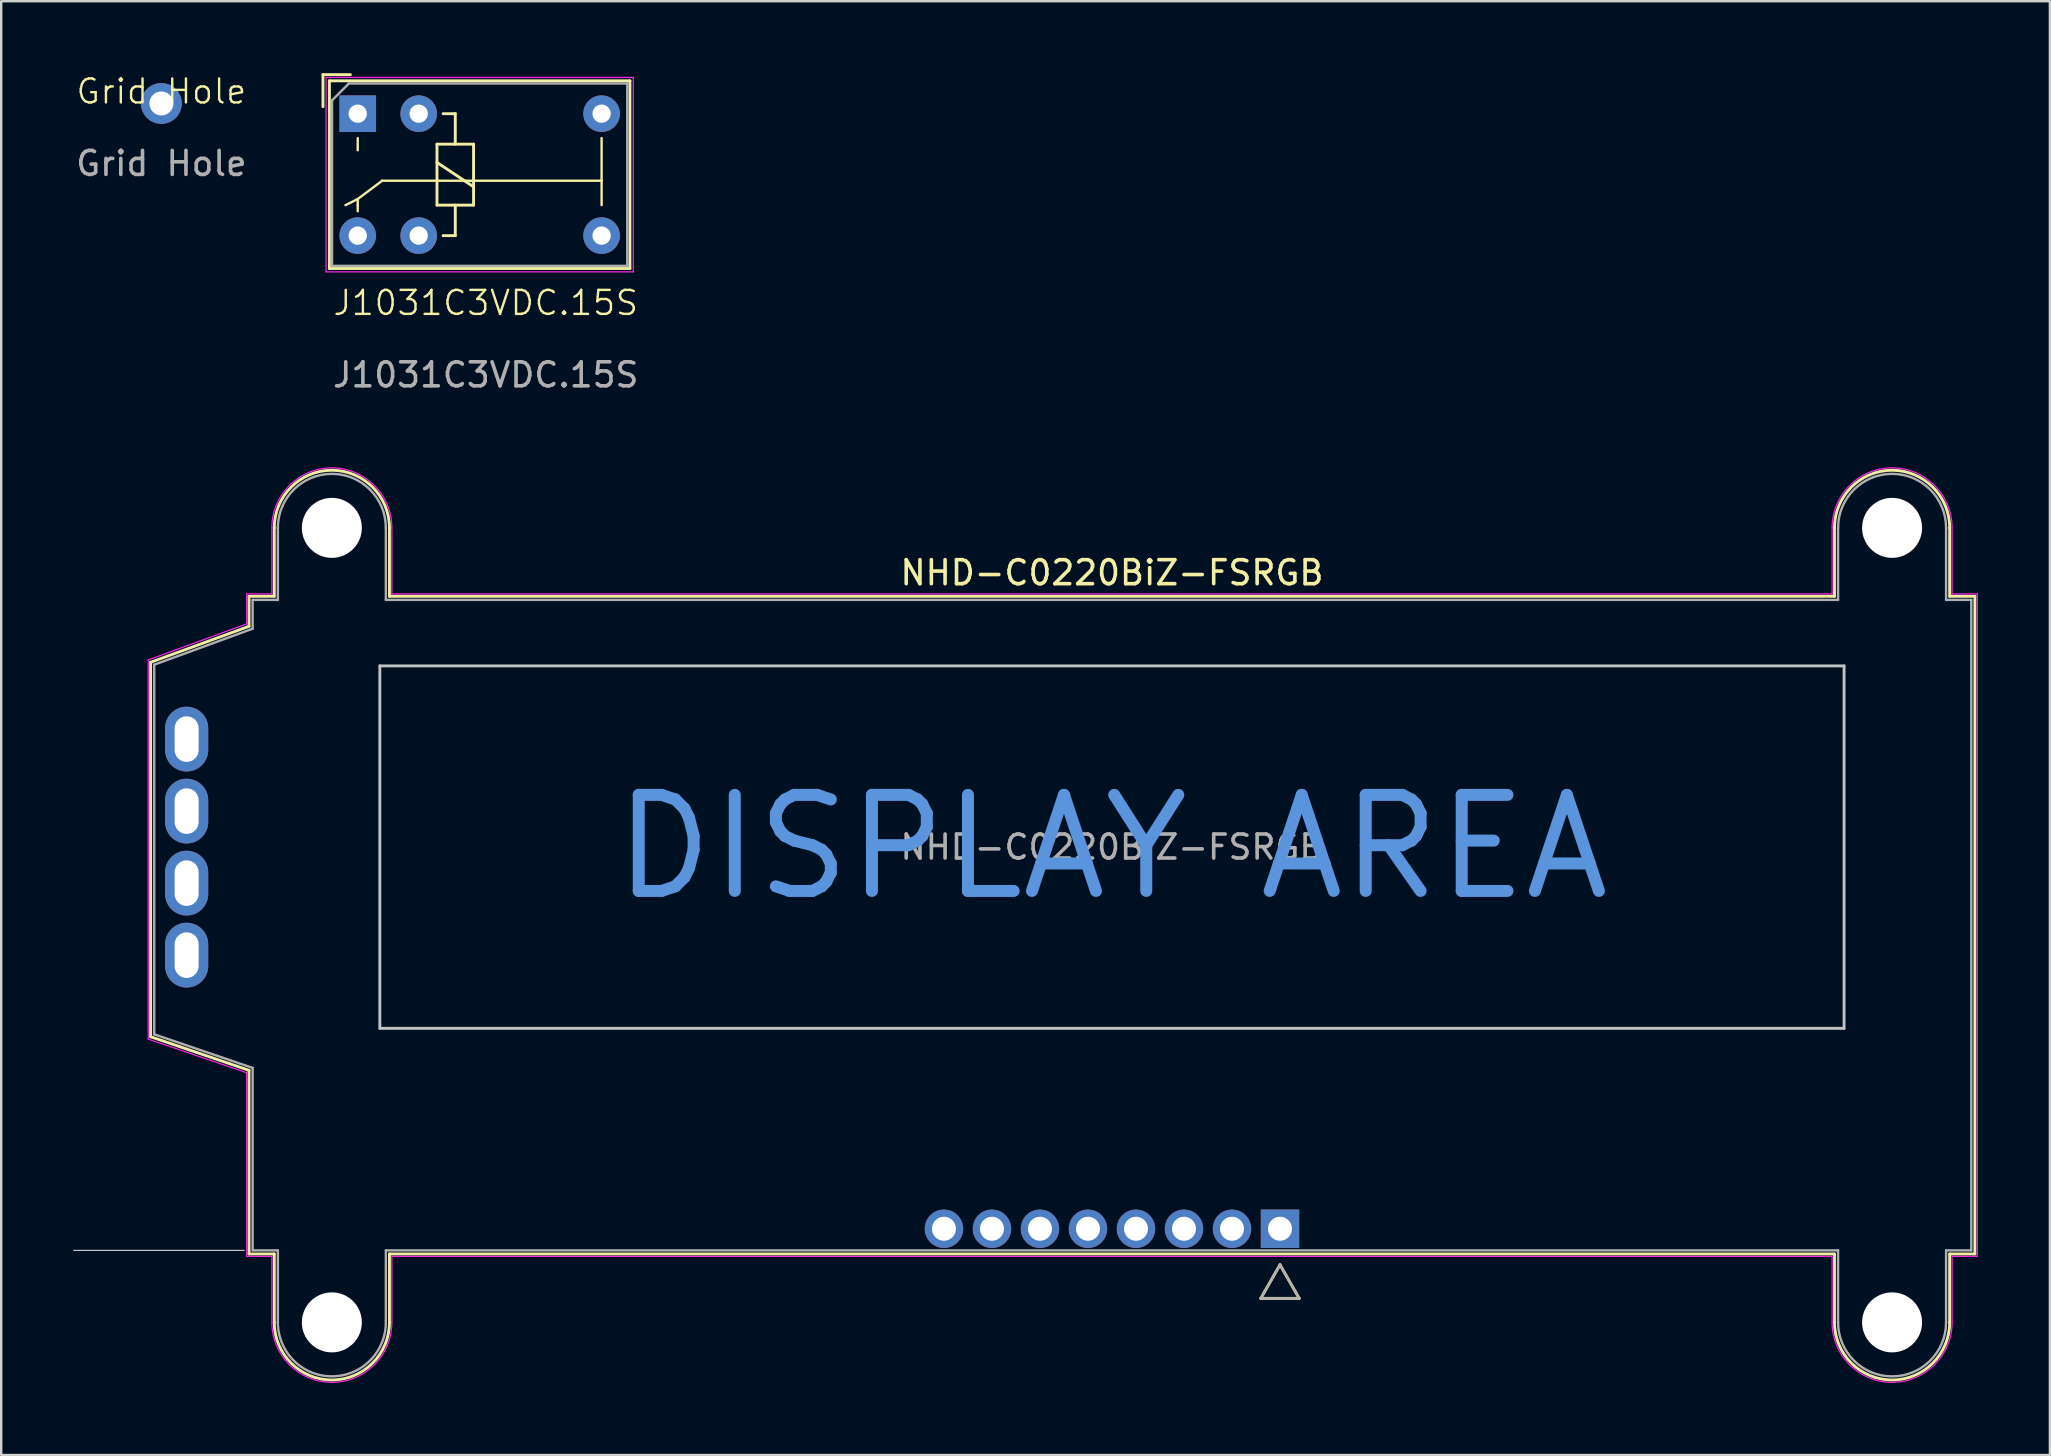
<source format=kicad_pcb>
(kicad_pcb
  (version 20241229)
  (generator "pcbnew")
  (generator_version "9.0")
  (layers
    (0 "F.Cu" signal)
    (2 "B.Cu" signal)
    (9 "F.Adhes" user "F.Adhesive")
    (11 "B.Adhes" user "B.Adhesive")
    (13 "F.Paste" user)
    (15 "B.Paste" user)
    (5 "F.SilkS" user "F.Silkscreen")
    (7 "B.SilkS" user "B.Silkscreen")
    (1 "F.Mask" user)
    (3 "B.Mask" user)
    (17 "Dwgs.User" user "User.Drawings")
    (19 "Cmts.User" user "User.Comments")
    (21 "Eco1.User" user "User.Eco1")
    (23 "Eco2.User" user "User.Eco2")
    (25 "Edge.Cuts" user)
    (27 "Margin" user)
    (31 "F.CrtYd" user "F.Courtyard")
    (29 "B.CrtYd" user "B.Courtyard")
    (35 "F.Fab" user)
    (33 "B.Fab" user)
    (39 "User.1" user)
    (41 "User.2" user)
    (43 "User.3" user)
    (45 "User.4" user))
  (footprint "NHD-C0220BiZ-FSRGB"
    (layer "F.Cu")
    (at 43.275 32.241)
    (property "Reference" "NHD-C0220BiZ-FSRGB" (at 0 -11.43 0) (layer "F.SilkS") (effects (font (size 1 1) (thickness 0.15))))
    (attr through_hole)
    (fp_line (start -40.05 -7.7) (end -40.05 7.9) (stroke (width 0.12) (type solid)) (layer "F.SilkS"))
    (fp_line (start -40.05 7.9) (end -35.95 9.3) (stroke (width 0.12) (type solid)) (layer "F.SilkS"))
    (fp_line (start -35.95 -10.45) (end -35.95 -9.2) (stroke (width 0.12) (type solid)) (layer "F.SilkS"))
    (fp_line (start -35.95 -9.2) (end -40.05 -7.7) (stroke (width 0.12) (type solid)) (layer "F.SilkS"))
    (fp_line (start -35.95 9.3) (end -35.95 16.95) (stroke (width 0.12) (type solid)) (layer "F.SilkS"))
    (fp_line (start -35.95 16.95) (end -34.9 16.95) (stroke (width 0.12) (type solid)) (layer "F.SilkS"))
    (fp_line (start -34.9 -13.3) (end -34.9 -10.45) (stroke (width 0.12) (type solid)) (layer "F.SilkS"))
    (fp_line (start -34.9 -10.45) (end -35.95 -10.45) (stroke (width 0.12) (type solid)) (layer "F.SilkS"))
    (fp_line (start -34.9 16.95) (end -34.9 19.8) (stroke (width 0.12) (type solid)) (layer "F.SilkS"))
    (fp_line (start -30.1 -10.45) (end -30.1 -13.3) (stroke (width 0.12) (type solid)) (layer "F.SilkS"))
    (fp_line (start -30.1 16.95) (end 30.1 16.95) (stroke (width 0.12) (type solid)) (layer "F.SilkS"))
    (fp_line (start -30.1 19.8) (end -30.1 16.95) (stroke (width 0.12) (type solid)) (layer "F.SilkS"))
    (fp_line (start 6.2 18.8) (end 7 17.4) (stroke (width 0.12) (type solid)) (layer "F.SilkS"))
    (fp_line (start 6.2 18.8) (end 7.8 18.8) (stroke (width 0.12) (type solid)) (layer "F.SilkS"))
    (fp_line (start 7 17.4) (end 7.8 18.8) (stroke (width 0.12) (type solid)) (layer "F.SilkS"))
    (fp_line (start 30.1 -13.3) (end 30.1 -10.45) (stroke (width 0.12) (type solid)) (layer "F.SilkS"))
    (fp_line (start 30.1 -10.45) (end -30.1 -10.45) (stroke (width 0.12) (type solid)) (layer "F.SilkS"))
    (fp_line (start 30.1 16.95) (end 30.1 19.8) (stroke (width 0.12) (type solid)) (layer "F.SilkS"))
    (fp_line (start 34.9 -10.45) (end 34.9 -13.3) (stroke (width 0.12) (type solid)) (layer "F.SilkS"))
    (fp_line (start 34.9 16.95) (end 35.95 16.95) (stroke (width 0.12) (type solid)) (layer "F.SilkS"))
    (fp_line (start 34.9 19.8) (end 34.9 16.95) (stroke (width 0.12) (type solid)) (layer "F.SilkS"))
    (fp_line (start 35.95 -10.45) (end 34.9 -10.45) (stroke (width 0.12) (type solid)) (layer "F.SilkS"))
    (fp_line (start 35.95 16.95) (end 35.95 -10.45) (stroke (width 0.12) (type solid)) (layer "F.SilkS"))
    (fp_arc (start -34.9 -13.3) (mid -32.5 -15.7) (end -30.1 -13.3) (stroke (width 0.12) (type solid)) (layer "F.SilkS"))
    (fp_arc (start -30.1 19.8) (mid -32.5 22.2) (end -34.9 19.8) (stroke (width 0.12) (type solid)) (layer "F.SilkS"))
    (fp_arc (start 30.1 -13.3) (mid 32.5 -15.7) (end 34.9 -13.3) (stroke (width 0.12) (type solid)) (layer "F.SilkS"))
    (fp_arc (start 34.9 19.8) (mid 32.5 22.2) (end 30.1 19.8) (stroke (width 0.12) (type solid)) (layer "F.SilkS"))
    (fp_line (start -36.15 16.8) (end -43.25 16.8) (stroke (width 0.05) (type default)) (layer "Dwgs.User"))
    (fp_line (start -30.5 -7.55) (end 30.5 -7.55) (stroke (width 0.12) (type solid)) (layer "Dwgs.User"))
    (fp_line (start -30.5 7.55) (end -30.5 -7.55) (stroke (width 0.12) (type solid)) (layer "Dwgs.User"))
    (fp_line (start 30.5 -7.55) (end 30.5 7.55) (stroke (width 0.12) (type solid)) (layer "Dwgs.User"))
    (fp_line (start 30.5 7.55) (end -30.5 7.55) (stroke (width 0.12) (type solid)) (layer "Dwgs.User"))
    (fp_line (start -40.15 -7.8) (end -36.05 -9.3) (stroke (width 0.05) (type solid)) (layer "F.CrtYd"))
    (fp_line (start -40.15 8) (end -40.15 -7.8) (stroke (width 0.05) (type solid)) (layer "F.CrtYd"))
    (fp_line (start -36.05 -10.55) (end -35 -10.55) (stroke (width 0.05) (type solid)) (layer "F.CrtYd"))
    (fp_line (start -36.05 -9.3) (end -36.05 -10.55) (stroke (width 0.05) (type solid)) (layer "F.CrtYd"))
    (fp_line (start -36.05 9.4) (end -40.15 8) (stroke (width 0.05) (type solid)) (layer "F.CrtYd"))
    (fp_line (start -36.05 17.05) (end -36.05 9.4) (stroke (width 0.05) (type solid)) (layer "F.CrtYd"))
    (fp_line (start -35 -10.55) (end -35 -13.3) (stroke (width 0.05) (type solid)) (layer "F.CrtYd"))
    (fp_line (start -35 17.05) (end -36.05 17.05) (stroke (width 0.05) (type solid)) (layer "F.CrtYd"))
    (fp_line (start -35 19.8) (end -35 17.05) (stroke (width 0.05) (type solid)) (layer "F.CrtYd"))
    (fp_line (start -30 -13.3) (end -30 -10.55) (stroke (width 0.05) (type solid)) (layer "F.CrtYd"))
    (fp_line (start -30 -10.55) (end 30 -10.55) (stroke (width 0.05) (type solid)) (layer "F.CrtYd"))
    (fp_line (start -30 17.05) (end -30 19.8) (stroke (width 0.05) (type solid)) (layer "F.CrtYd"))
    (fp_line (start 30 -10.55) (end 30 -13.3) (stroke (width 0.05) (type solid)) (layer "F.CrtYd"))
    (fp_line (start 30 17.05) (end -30 17.05) (stroke (width 0.05) (type solid)) (layer "F.CrtYd"))
    (fp_line (start 30 19.8) (end 30 17.05) (stroke (width 0.05) (type solid)) (layer "F.CrtYd"))
    (fp_line (start 35 -10.55) (end 35 -13.3) (stroke (width 0.05) (type solid)) (layer "F.CrtYd"))
    (fp_line (start 35 17.05) (end 35 19.8) (stroke (width 0.05) (type solid)) (layer "F.CrtYd"))
    (fp_line (start 36.05 -10.55) (end 35 -10.55) (stroke (width 0.05) (type solid)) (layer "F.CrtYd"))
    (fp_line (start 36.05 -10.55) (end 36.05 17.05) (stroke (width 0.05) (type solid)) (layer "F.CrtYd"))
    (fp_line (start 36.05 17.05) (end 35 17.05) (stroke (width 0.05) (type solid)) (layer "F.CrtYd"))
    (fp_arc (start -35 -13.3) (mid -32.5 -15.8) (end -30 -13.3) (stroke (width 0.05) (type solid)) (layer "F.CrtYd"))
    (fp_arc (start -30 19.8) (mid -32.5 22.3) (end -35 19.8) (stroke (width 0.05) (type solid)) (layer "F.CrtYd"))
    (fp_arc (start 30 -13.3) (mid 32.5 -15.8) (end 35 -13.3) (stroke (width 0.05) (type solid)) (layer "F.CrtYd"))
    (fp_arc (start 35 19.8) (mid 32.5 22.3) (end 30 19.8) (stroke (width 0.05) (type solid)) (layer "F.CrtYd"))
    (fp_line (start -39.9 -7.6) (end -35.8 -9.1) (stroke (width 0.1) (type solid)) (layer "F.Fab"))
    (fp_line (start -39.9 7.8) (end -39.9 -7.6) (stroke (width 0.1) (type solid)) (layer "F.Fab"))
    (fp_line (start -35.8 -10.3) (end -35.8 -9.1) (stroke (width 0.1) (type solid)) (layer "F.Fab"))
    (fp_line (start -35.8 -10.3) (end -34.75 -10.3) (stroke (width 0.1) (type solid)) (layer "F.Fab"))
    (fp_line (start -35.8 9.2) (end -39.9 7.8) (stroke (width 0.1) (type solid)) (layer "F.Fab"))
    (fp_line (start -35.8 9.2) (end -35.8 16.8) (stroke (width 0.1) (type solid)) (layer "F.Fab"))
    (fp_line (start -34.75 -10.3) (end -34.75 -13.3) (stroke (width 0.1) (type solid)) (layer "F.Fab"))
    (fp_line (start -34.75 16.8) (end -35.8 16.8) (stroke (width 0.1) (type solid)) (layer "F.Fab"))
    (fp_line (start -34.75 19.8) (end -34.75 16.8) (stroke (width 0.1) (type solid)) (layer "F.Fab"))
    (fp_line (start -30.25 -10.3) (end -30.25 -13.3) (stroke (width 0.1) (type solid)) (layer "F.Fab"))
    (fp_line (start -30.25 -10.3) (end 30.25 -10.3) (stroke (width 0.1) (type solid)) (layer "F.Fab"))
    (fp_line (start -30.25 16.8) (end -30.25 19.7) (stroke (width 0.1) (type solid)) (layer "F.Fab"))
    (fp_line (start -30.25 16.8) (end 30.25 16.8) (stroke (width 0.1) (type solid)) (layer "F.Fab"))
    (fp_line (start 6.2 18.8) (end 7.8 18.8) (stroke (width 0.1) (type solid)) (layer "F.Fab"))
    (fp_line (start 7 17.4) (end 6.2 18.8) (stroke (width 0.1) (type solid)) (layer "F.Fab"))
    (fp_line (start 7.8 18.8) (end 7 17.4) (stroke (width 0.1) (type solid)) (layer "F.Fab"))
    (fp_line (start 30.25 -10.3) (end 30.25 -13.3) (stroke (width 0.1) (type solid)) (layer "F.Fab"))
    (fp_line (start 30.25 19.8) (end 30.25 16.8) (stroke (width 0.1) (type solid)) (layer "F.Fab"))
    (fp_line (start 34.75 -13.3) (end 34.75 -10.3) (stroke (width 0.1) (type solid)) (layer "F.Fab"))
    (fp_line (start 34.75 -10.3) (end 35.8 -10.3) (stroke (width 0.1) (type solid)) (layer "F.Fab"))
    (fp_line (start 34.75 16.8) (end 34.75 19.8) (stroke (width 0.1) (type solid)) (layer "F.Fab"))
    (fp_line (start 35.8 -10.3) (end 35.8 16.8) (stroke (width 0.1) (type solid)) (layer "F.Fab"))
    (fp_line (start 35.8 16.8) (end 34.75 16.8) (stroke (width 0.1) (type solid)) (layer "F.Fab"))
    (fp_arc (start -34.75 -13.3) (mid -32.5 -15.55) (end -30.25 -13.3) (stroke (width 0.1) (type solid)) (layer "F.Fab"))
    (fp_arc (start -30.251542 19.716724) (mid -32.458355 22.049614) (end -34.75 19.8) (stroke (width 0.1) (type solid)) (layer "F.Fab"))
    (fp_arc (start 30.25 -13.3) (mid 32.5 -15.55) (end 34.75 -13.3) (stroke (width 0.1) (type solid)) (layer "F.Fab"))
    (fp_arc (start 34.75 19.8) (mid 32.5 22.05) (end 30.25 19.8) (stroke (width 0.1) (type solid)) (layer "F.Fab"))
    (fp_text user "DISPLAY AREA" (at 0 0 0) (layer "Cmts.User") (effects (font (size 4 4) (thickness 0.5))))
    (fp_text user "${REFERENCE}" (at 0 0 0) (layer "F.Fab") (effects (font (size 1 1) (thickness 0.15))))
    (pad "" np_thru_hole circle (at -32.5 -13.3) (size 2.5 2.5) (drill 2.5) (layers "*.Cu" "*.Mask"))
    (pad "" np_thru_hole circle (at -32.5 19.8) (size 2.5 2.5) (drill 2.5) (layers "*.Cu" "*.Mask"))
    (pad "" np_thru_hole circle (at 32.5 -13.3) (size 2.5 2.5) (drill 2.5) (layers "*.Cu" "*.Mask"))
    (pad "" np_thru_hole circle (at 32.5 19.8) (size 2.5 2.5) (drill 2.5) (layers "*.Cu" "*.Mask"))
    (pad "1" thru_hole rect (at 7 15.9) (size 1.6 1.6) (drill 1) (layers "*.Cu" "*.Mask"))
    (pad "2" thru_hole circle (at 5 15.9) (size 1.6 1.6) (drill 1) (layers "*.Cu" "*.Mask"))
    (pad "3" thru_hole circle (at 3 15.9) (size 1.6 1.6) (drill 1) (layers "*.Cu" "*.Mask"))
    (pad "4" thru_hole circle (at 1 15.9) (size 1.6 1.6) (drill 1) (layers "*.Cu" "*.Mask"))
    (pad "5" thru_hole circle (at -1 15.9) (size 1.6 1.6) (drill 1) (layers "*.Cu" "*.Mask"))
    (pad "6" thru_hole circle (at -3 15.9) (size 1.6 1.6) (drill 1) (layers "*.Cu" "*.Mask"))
    (pad "7" thru_hole circle (at -5 15.9) (size 1.6 1.6) (drill 1) (layers "*.Cu" "*.Mask"))
    (pad "8" thru_hole circle (at -7 15.9) (size 1.6 1.6) (drill 1) (layers "*.Cu" "*.Mask"))
    (pad "9" thru_hole oval (at -38.55 4.5) (size 1.8 2.7) (drill oval 1 1.9) (layers "*.Cu" "*.Mask"))
    (pad "10" thru_hole oval (at -38.55 1.5) (size 1.8 2.7) (drill oval 1 1.9) (layers "*.Cu" "*.Mask"))
    (pad "11" thru_hole oval (at -38.55 -1.5) (size 1.8 2.7) (drill oval 1 1.9) (layers "*.Cu" "*.Mask"))
    (pad "12" thru_hole oval (at -38.55 -4.5) (size 1.8 2.7) (drill oval 1 1.9) (layers "*.Cu" "*.Mask")))
  (footprint "Grid Hole"
    (layer "F.Cu")
    (at 3.673 1.26)
    (property "Reference" "Grid Hole" (at 0 -0.5 0) (unlocked yes) (layer "F.SilkS") (effects (font (size 1 1) (thickness 0.1))))
    (attr through_hole)
    (fp_text user "${REFERENCE}" (at 0 2.5 0) (unlocked yes) (layer "F.Fab") (effects (font (size 1 1) (thickness 0.15))))
    (pad "1" thru_hole oval (at 0 0) (size 1.7 1.7) (drill 1) (layers "*.Cu" "*.Mask")))
  (footprint "J1031C3VDC.15S"
    (layer "F.Cu")
    (at 17.187 10.068)
    (property "Reference" "J1031C3VDC.15S" (at 0 -0.5 0) (unlocked yes) (layer "F.SilkS") (effects (font (size 1 1) (thickness 0.1))))
    (attr through_hole)
    (fp_line (start -6.782 -10.008) (end -6.782 -8.674) (stroke (width 0.12) (type solid)) (layer "F.SilkS"))
    (fp_line (start -6.514 -9.752) (end -6.514 -1.932) (stroke (width 0.12) (type solid)) (layer "F.SilkS"))
    (fp_line (start -6.514 -1.932) (end 6.006 -1.932) (stroke (width 0.12) (type solid)) (layer "F.SilkS"))
    (fp_line (start -5.639 -10.008) (end -6.782 -10.008) (stroke (width 0.12) (type solid)) (layer "F.SilkS"))
    (fp_line (start -5.334 -7.366) (end -5.334 -6.858) (stroke (width 0.1) (type default)) (layer "F.SilkS"))
    (fp_line (start -5.334 -4.826) (end -5.842 -4.572) (stroke (width 0.1) (type default)) (layer "F.SilkS"))
    (fp_line (start -5.334 -4.572) (end -5.334 -4.826) (stroke (width 0.1) (type default)) (layer "F.SilkS"))
    (fp_line (start -5.334 -4.318) (end -5.334 -4.572) (stroke (width 0.1) (type default)) (layer "F.SilkS"))
    (fp_line (start -4.318 -5.588) (end -5.334 -4.826) (stroke (width 0.1) (type default)) (layer "F.SilkS"))
    (fp_line (start -4.318 -5.588) (end 4.826 -5.588) (stroke (width 0.1) (type default)) (layer "F.SilkS"))
    (fp_line (start -2.032 -7.112) (end -0.508 -7.112) (stroke (width 0.12) (type solid)) (layer "F.SilkS"))
    (fp_line (start -2.032 -6.35) (end -0.508 -5.334) (stroke (width 0.12) (type solid)) (layer "F.SilkS"))
    (fp_line (start -2.032 -4.572) (end -2.032 -7.112) (stroke (width 0.12) (type solid)) (layer "F.SilkS"))
    (fp_line (start -1.778 -8.382) (end -1.27 -8.382) (stroke (width 0.12) (type solid)) (layer "F.SilkS"))
    (fp_line (start -1.27 -8.382) (end -1.27 -7.112) (stroke (width 0.12) (type solid)) (layer "F.SilkS"))
    (fp_line (start -1.27 -4.572) (end -1.27 -3.302) (stroke (width 0.12) (type solid)) (layer "F.SilkS"))
    (fp_line (start -1.27 -3.302) (end -1.778 -3.302) (stroke (width 0.12) (type solid)) (layer "F.SilkS"))
    (fp_line (start -0.508 -7.112) (end -0.508 -4.572) (stroke (width 0.12) (type solid)) (layer "F.SilkS"))
    (fp_line (start -0.508 -4.572) (end -2.032 -4.572) (stroke (width 0.12) (type solid)) (layer "F.SilkS"))
    (fp_line (start 4.826 -5.588) (end 4.826 -7.366) (stroke (width 0.1) (type default)) (layer "F.SilkS"))
    (fp_line (start 4.826 -5.588) (end 4.826 -4.572) (stroke (width 0.1) (type default)) (layer "F.SilkS"))
    (fp_line (start 6.006 -9.752) (end -6.514 -9.752) (stroke (width 0.12) (type solid)) (layer "F.SilkS"))
    (fp_line (start 6.006 -1.932) (end 6.006 -9.752) (stroke (width 0.12) (type solid)) (layer "F.SilkS"))
    (fp_line (start -6.654 -9.892) (end -6.654 -1.792) (stroke (width 0.05) (type solid)) (layer "F.CrtYd"))
    (fp_line (start -6.654 -1.792) (end 6.146 -1.792) (stroke (width 0.05) (type solid)) (layer "F.CrtYd"))
    (fp_line (start 6.146 -9.892) (end -6.654 -9.892) (stroke (width 0.05) (type solid)) (layer "F.CrtYd"))
    (fp_line (start 6.146 -1.792) (end 6.146 -9.892) (stroke (width 0.05) (type solid)) (layer "F.CrtYd"))
    (fp_line (start -6.404 -2.042) (end -6.404 -8.928) (stroke (width 0.1) (type solid)) (layer "F.Fab"))
    (fp_line (start -5.715 -9.642) (end 5.896 -9.642) (stroke (width 0.1) (type solid)) (layer "F.Fab"))
    (fp_line (start -5.715 -9.627) (end -6.413 -8.928) (stroke (width 0.1) (type solid)) (layer "F.Fab"))
    (fp_line (start 5.896 -9.642) (end 5.896 -2.042) (stroke (width 0.1) (type solid)) (layer "F.Fab"))
    (fp_line (start 5.896 -2.042) (end -6.404 -2.042) (stroke (width 0.1) (type solid)) (layer "F.Fab"))
    (fp_text user "${REFERENCE}" (at 0 2.5 0) (unlocked yes) (layer "F.Fab") (effects (font (size 1 1) (thickness 0.15))))
    (pad "1" thru_hole rect (at -5.334 -8.382) (size 1.524 1.524) (drill 0.762) (layers "*.Cu" "*.Mask"))
    (pad "2" thru_hole circle (at -5.334 -3.302) (size 1.524 1.524) (drill 0.762) (layers "*.Cu" "*.Mask"))
    (pad "3" thru_hole circle (at -2.794 -8.382) (size 1.524 1.524) (drill 0.762) (layers "*.Cu" "*.Mask"))
    (pad "4" thru_hole circle (at -2.794 -3.302) (size 1.524 1.524) (drill 0.762) (layers "*.Cu" "*.Mask"))
    (pad "5" thru_hole circle (at 4.826 -8.382) (size 1.524 1.524) (drill 0.762) (layers "*.Cu" "*.Mask"))
    (pad "6" thru_hole circle (at 4.826 -3.302) (size 1.524 1.524) (drill 0.762) (layers "*.Cu" "*.Mask")))
  (gr_rect
    (start -3 -3)
    (end 82.35 57.566)
    (stroke (width 0.1) (type default))
    (fill no)
    (layer "Edge.Cuts")))
</source>
